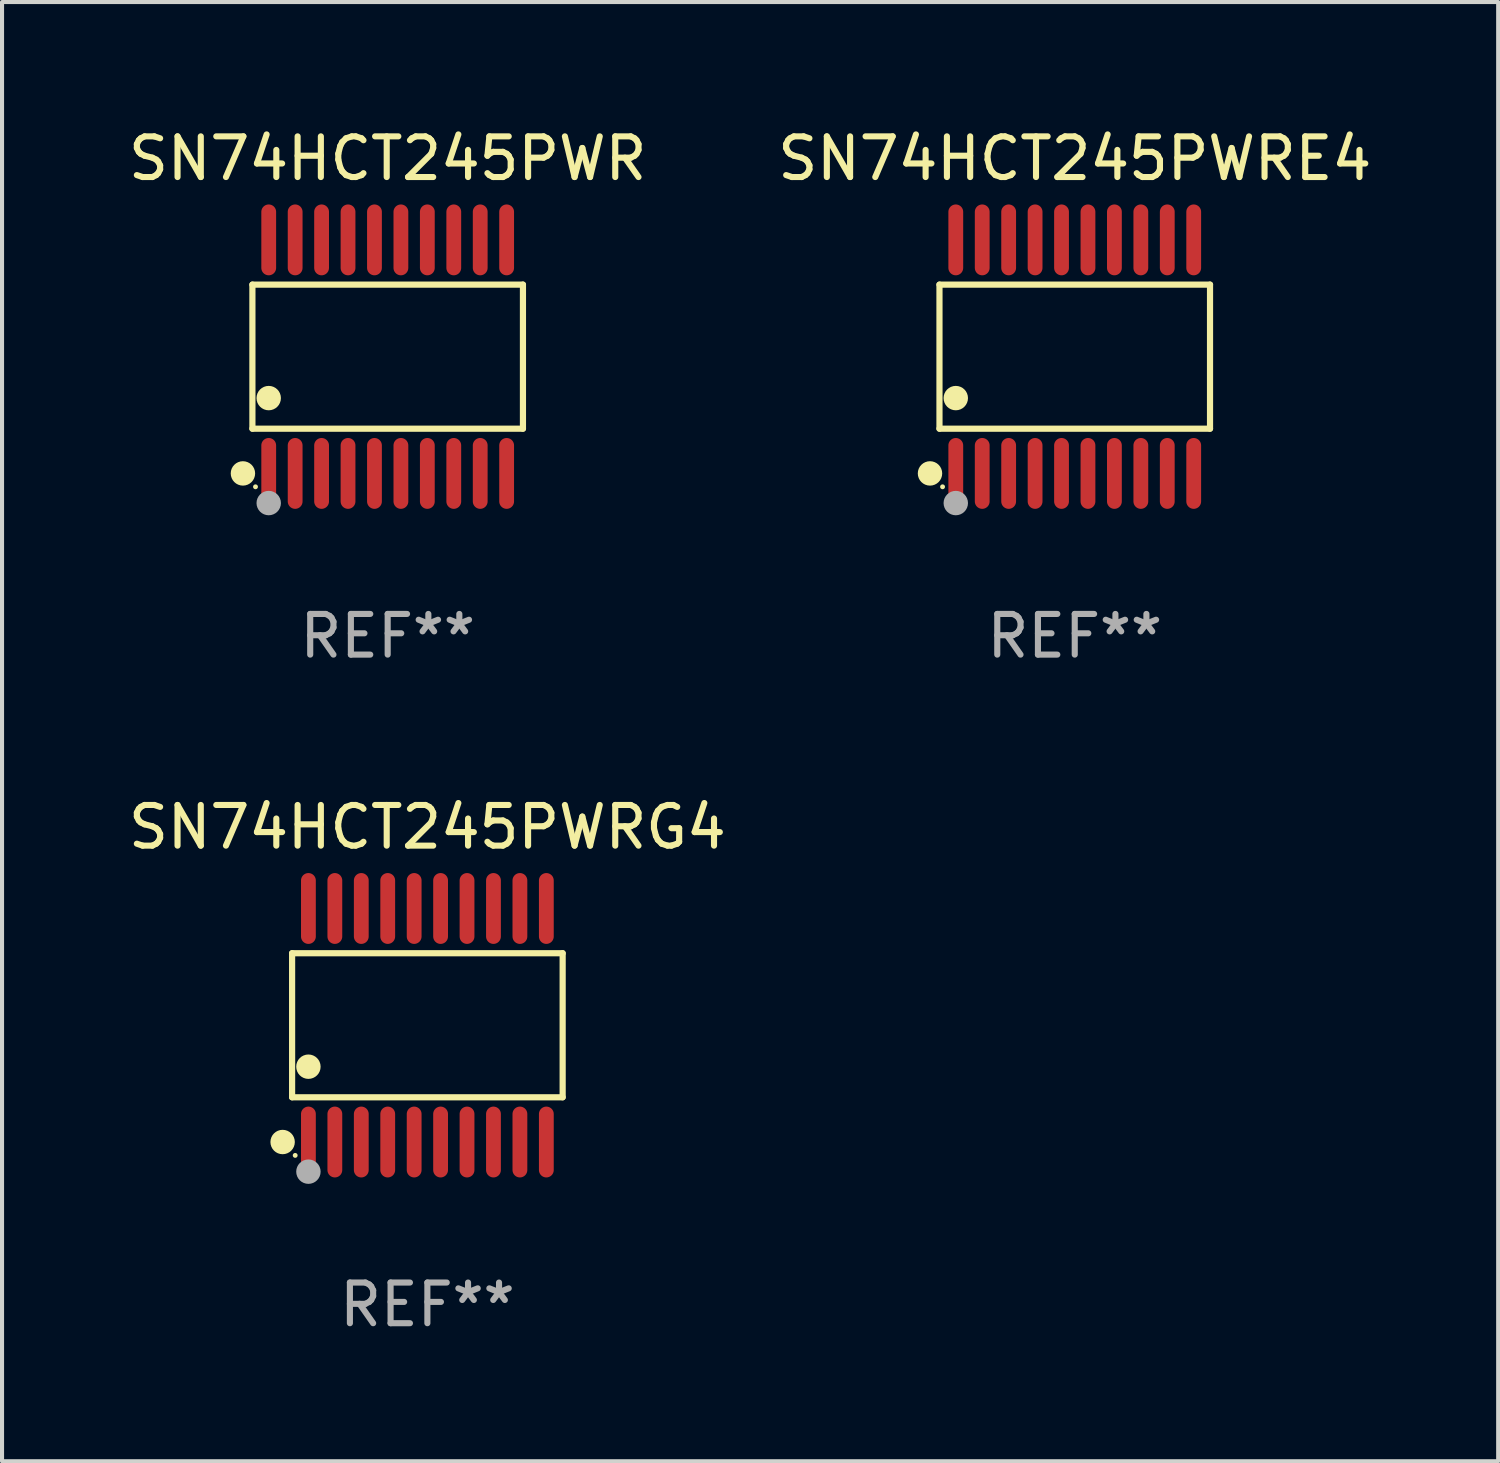
<source format=kicad_pcb>
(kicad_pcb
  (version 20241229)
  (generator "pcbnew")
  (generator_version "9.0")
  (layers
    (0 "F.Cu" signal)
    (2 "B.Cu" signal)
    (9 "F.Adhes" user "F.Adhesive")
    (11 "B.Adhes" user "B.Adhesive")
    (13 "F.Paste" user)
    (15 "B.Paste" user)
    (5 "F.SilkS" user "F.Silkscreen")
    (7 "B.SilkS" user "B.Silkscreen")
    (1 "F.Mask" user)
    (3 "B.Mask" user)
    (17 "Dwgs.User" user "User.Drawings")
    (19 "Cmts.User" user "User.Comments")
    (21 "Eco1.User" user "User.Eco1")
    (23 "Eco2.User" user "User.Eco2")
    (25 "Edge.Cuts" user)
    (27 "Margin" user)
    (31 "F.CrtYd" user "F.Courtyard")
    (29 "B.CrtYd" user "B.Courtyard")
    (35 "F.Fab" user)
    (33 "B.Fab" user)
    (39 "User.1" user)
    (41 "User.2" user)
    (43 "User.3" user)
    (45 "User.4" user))
  (footprint "SN74HCT245PWR"
    (layer "F.Cu")
    (at 6.482 5.719)
    (property "Reference" "SN74HCT245PWR" (at 0 -4.871 0) (layer "F.SilkS") (effects (font (size 1 1) (thickness 0.15))))
    (attr through_hole)
    (fp_line (start -3.326 -1.771) (end 3.326 -1.771) (stroke (width 0.152) (type solid)) (layer "F.SilkS"))
    (fp_line (start -3.326 1.771) (end -3.326 -1.771) (stroke (width 0.152) (type solid)) (layer "F.SilkS"))
    (fp_line (start 3.326 -1.771) (end 3.326 1.771) (stroke (width 0.152) (type solid)) (layer "F.SilkS"))
    (fp_line (start 3.326 1.771) (end -3.326 1.771) (stroke (width 0.152) (type solid)) (layer "F.SilkS"))
    (fp_circle (center -3.559 2.871) (end -3.409 2.871) (stroke (width 0.3) (type solid)) (fill no) (layer "F.SilkS"))
    (fp_circle (center -3.25 3.2) (end -3.22 3.2) (stroke (width 0.06) (type solid)) (fill no) (layer "F.SilkS"))
    (fp_circle (center -2.925 1.019) (end -2.775 1.019) (stroke (width 0.3) (type solid)) (fill no) (layer "F.SilkS"))
    (fp_circle (center -2.925 3.6) (end -2.775 3.6) (stroke (width 0.3) (type solid)) (fill no) (layer "F.Fab"))
    (fp_text user "REF**" (at 0 6.871 0) (layer "F.Fab") (effects (font (size 1 1) (thickness 0.15))))
    (pad "1" smd oval (at -2.925 2.871) (size 0.364 1.742) (layers "F.Cu" "F.Mask" "F.Paste"))
    (pad "2" smd oval (at -2.275 2.871) (size 0.364 1.742) (layers "F.Cu" "F.Mask" "F.Paste"))
    (pad "3" smd oval (at -1.625 2.871) (size 0.364 1.742) (layers "F.Cu" "F.Mask" "F.Paste"))
    (pad "4" smd oval (at -0.975 2.871) (size 0.364 1.742) (layers "F.Cu" "F.Mask" "F.Paste"))
    (pad "5" smd oval (at -0.325 2.871) (size 0.364 1.742) (layers "F.Cu" "F.Mask" "F.Paste"))
    (pad "6" smd oval (at 0.325 2.871) (size 0.364 1.742) (layers "F.Cu" "F.Mask" "F.Paste"))
    (pad "7" smd oval (at 0.975 2.871) (size 0.364 1.742) (layers "F.Cu" "F.Mask" "F.Paste"))
    (pad "8" smd oval (at 1.625 2.871) (size 0.364 1.742) (layers "F.Cu" "F.Mask" "F.Paste"))
    (pad "9" smd oval (at 2.275 2.871) (size 0.364 1.742) (layers "F.Cu" "F.Mask" "F.Paste"))
    (pad "10" smd oval (at 2.925 2.871) (size 0.364 1.742) (layers "F.Cu" "F.Mask" "F.Paste"))
    (pad "11" smd oval (at 2.925 -2.871) (size 0.364 1.742) (layers "F.Cu" "F.Mask" "F.Paste"))
    (pad "12" smd oval (at 2.275 -2.871) (size 0.364 1.742) (layers "F.Cu" "F.Mask" "F.Paste"))
    (pad "13" smd oval (at 1.625 -2.871) (size 0.364 1.742) (layers "F.Cu" "F.Mask" "F.Paste"))
    (pad "14" smd oval (at 0.975 -2.871) (size 0.364 1.742) (layers "F.Cu" "F.Mask" "F.Paste"))
    (pad "15" smd oval (at 0.325 -2.871) (size 0.364 1.742) (layers "F.Cu" "F.Mask" "F.Paste"))
    (pad "16" smd oval (at -0.325 -2.871) (size 0.364 1.742) (layers "F.Cu" "F.Mask" "F.Paste"))
    (pad "17" smd oval (at -0.975 -2.871) (size 0.364 1.742) (layers "F.Cu" "F.Mask" "F.Paste"))
    (pad "18" smd oval (at -1.625 -2.871) (size 0.364 1.742) (layers "F.Cu" "F.Mask" "F.Paste"))
    (pad "19" smd oval (at -2.275 -2.871) (size 0.364 1.742) (layers "F.Cu" "F.Mask" "F.Paste"))
    (pad "20" smd oval (at -2.925 -2.871) (size 0.364 1.742) (layers "F.Cu" "F.Mask" "F.Paste")))
  (footprint "SN74HCT245PWRG4"
    (layer "F.Cu")
    (at 7.458 22.158)
    (property "Reference" "SN74HCT245PWRG4" (at 0 -4.871 0) (layer "F.SilkS") (effects (font (size 1 1) (thickness 0.15))))
    (attr through_hole)
    (fp_line (start -3.326 -1.771) (end 3.326 -1.771) (stroke (width 0.152) (type solid)) (layer "F.SilkS"))
    (fp_line (start -3.326 1.771) (end -3.326 -1.771) (stroke (width 0.152) (type solid)) (layer "F.SilkS"))
    (fp_line (start 3.326 -1.771) (end 3.326 1.771) (stroke (width 0.152) (type solid)) (layer "F.SilkS"))
    (fp_line (start 3.326 1.771) (end -3.326 1.771) (stroke (width 0.152) (type solid)) (layer "F.SilkS"))
    (fp_circle (center -3.559 2.871) (end -3.409 2.871) (stroke (width 0.3) (type solid)) (fill no) (layer "F.SilkS"))
    (fp_circle (center -3.25 3.2) (end -3.22 3.2) (stroke (width 0.06) (type solid)) (fill no) (layer "F.SilkS"))
    (fp_circle (center -2.925 1.019) (end -2.775 1.019) (stroke (width 0.3) (type solid)) (fill no) (layer "F.SilkS"))
    (fp_circle (center -2.925 3.6) (end -2.775 3.6) (stroke (width 0.3) (type solid)) (fill no) (layer "F.Fab"))
    (fp_text user "REF**" (at 0 6.871 0) (layer "F.Fab") (effects (font (size 1 1) (thickness 0.15))))
    (pad "1" smd oval (at -2.925 2.871) (size 0.364 1.742) (layers "F.Cu" "F.Mask" "F.Paste"))
    (pad "2" smd oval (at -2.275 2.871) (size 0.364 1.742) (layers "F.Cu" "F.Mask" "F.Paste"))
    (pad "3" smd oval (at -1.625 2.871) (size 0.364 1.742) (layers "F.Cu" "F.Mask" "F.Paste"))
    (pad "4" smd oval (at -0.975 2.871) (size 0.364 1.742) (layers "F.Cu" "F.Mask" "F.Paste"))
    (pad "5" smd oval (at -0.325 2.871) (size 0.364 1.742) (layers "F.Cu" "F.Mask" "F.Paste"))
    (pad "6" smd oval (at 0.325 2.871) (size 0.364 1.742) (layers "F.Cu" "F.Mask" "F.Paste"))
    (pad "7" smd oval (at 0.975 2.871) (size 0.364 1.742) (layers "F.Cu" "F.Mask" "F.Paste"))
    (pad "8" smd oval (at 1.625 2.871) (size 0.364 1.742) (layers "F.Cu" "F.Mask" "F.Paste"))
    (pad "9" smd oval (at 2.275 2.871) (size 0.364 1.742) (layers "F.Cu" "F.Mask" "F.Paste"))
    (pad "10" smd oval (at 2.925 2.871) (size 0.364 1.742) (layers "F.Cu" "F.Mask" "F.Paste"))
    (pad "11" smd oval (at 2.925 -2.871) (size 0.364 1.742) (layers "F.Cu" "F.Mask" "F.Paste"))
    (pad "12" smd oval (at 2.275 -2.871) (size 0.364 1.742) (layers "F.Cu" "F.Mask" "F.Paste"))
    (pad "13" smd oval (at 1.625 -2.871) (size 0.364 1.742) (layers "F.Cu" "F.Mask" "F.Paste"))
    (pad "14" smd oval (at 0.975 -2.871) (size 0.364 1.742) (layers "F.Cu" "F.Mask" "F.Paste"))
    (pad "15" smd oval (at 0.325 -2.871) (size 0.364 1.742) (layers "F.Cu" "F.Mask" "F.Paste"))
    (pad "16" smd oval (at -0.325 -2.871) (size 0.364 1.742) (layers "F.Cu" "F.Mask" "F.Paste"))
    (pad "17" smd oval (at -0.975 -2.871) (size 0.364 1.742) (layers "F.Cu" "F.Mask" "F.Paste"))
    (pad "18" smd oval (at -1.625 -2.871) (size 0.364 1.742) (layers "F.Cu" "F.Mask" "F.Paste"))
    (pad "19" smd oval (at -2.275 -2.871) (size 0.364 1.742) (layers "F.Cu" "F.Mask" "F.Paste"))
    (pad "20" smd oval (at -2.925 -2.871) (size 0.364 1.742) (layers "F.Cu" "F.Mask" "F.Paste")))
  (footprint "SN74HCT245PWRE4"
    (layer "F.Cu")
    (at 23.375 5.719)
    (property "Reference" "SN74HCT245PWRE4" (at 0 -4.871 0) (layer "F.SilkS") (effects (font (size 1 1) (thickness 0.15))))
    (attr through_hole)
    (fp_line (start -3.326 -1.771) (end 3.326 -1.771) (stroke (width 0.152) (type solid)) (layer "F.SilkS"))
    (fp_line (start -3.326 1.771) (end -3.326 -1.771) (stroke (width 0.152) (type solid)) (layer "F.SilkS"))
    (fp_line (start 3.326 -1.771) (end 3.326 1.771) (stroke (width 0.152) (type solid)) (layer "F.SilkS"))
    (fp_line (start 3.326 1.771) (end -3.326 1.771) (stroke (width 0.152) (type solid)) (layer "F.SilkS"))
    (fp_circle (center -3.559 2.871) (end -3.409 2.871) (stroke (width 0.3) (type solid)) (fill no) (layer "F.SilkS"))
    (fp_circle (center -3.25 3.2) (end -3.22 3.2) (stroke (width 0.06) (type solid)) (fill no) (layer "F.SilkS"))
    (fp_circle (center -2.925 1.019) (end -2.775 1.019) (stroke (width 0.3) (type solid)) (fill no) (layer "F.SilkS"))
    (fp_circle (center -2.925 3.6) (end -2.775 3.6) (stroke (width 0.3) (type solid)) (fill no) (layer "F.Fab"))
    (fp_text user "REF**" (at 0 6.871 0) (layer "F.Fab") (effects (font (size 1 1) (thickness 0.15))))
    (pad "1" smd oval (at -2.925 2.871) (size 0.364 1.742) (layers "F.Cu" "F.Mask" "F.Paste"))
    (pad "2" smd oval (at -2.275 2.871) (size 0.364 1.742) (layers "F.Cu" "F.Mask" "F.Paste"))
    (pad "3" smd oval (at -1.625 2.871) (size 0.364 1.742) (layers "F.Cu" "F.Mask" "F.Paste"))
    (pad "4" smd oval (at -0.975 2.871) (size 0.364 1.742) (layers "F.Cu" "F.Mask" "F.Paste"))
    (pad "5" smd oval (at -0.325 2.871) (size 0.364 1.742) (layers "F.Cu" "F.Mask" "F.Paste"))
    (pad "6" smd oval (at 0.325 2.871) (size 0.364 1.742) (layers "F.Cu" "F.Mask" "F.Paste"))
    (pad "7" smd oval (at 0.975 2.871) (size 0.364 1.742) (layers "F.Cu" "F.Mask" "F.Paste"))
    (pad "8" smd oval (at 1.625 2.871) (size 0.364 1.742) (layers "F.Cu" "F.Mask" "F.Paste"))
    (pad "9" smd oval (at 2.275 2.871) (size 0.364 1.742) (layers "F.Cu" "F.Mask" "F.Paste"))
    (pad "10" smd oval (at 2.925 2.871) (size 0.364 1.742) (layers "F.Cu" "F.Mask" "F.Paste"))
    (pad "11" smd oval (at 2.925 -2.871) (size 0.364 1.742) (layers "F.Cu" "F.Mask" "F.Paste"))
    (pad "12" smd oval (at 2.275 -2.871) (size 0.364 1.742) (layers "F.Cu" "F.Mask" "F.Paste"))
    (pad "13" smd oval (at 1.625 -2.871) (size 0.364 1.742) (layers "F.Cu" "F.Mask" "F.Paste"))
    (pad "14" smd oval (at 0.975 -2.871) (size 0.364 1.742) (layers "F.Cu" "F.Mask" "F.Paste"))
    (pad "15" smd oval (at 0.325 -2.871) (size 0.364 1.742) (layers "F.Cu" "F.Mask" "F.Paste"))
    (pad "16" smd oval (at -0.325 -2.871) (size 0.364 1.742) (layers "F.Cu" "F.Mask" "F.Paste"))
    (pad "17" smd oval (at -0.975 -2.871) (size 0.364 1.742) (layers "F.Cu" "F.Mask" "F.Paste"))
    (pad "18" smd oval (at -1.625 -2.871) (size 0.364 1.742) (layers "F.Cu" "F.Mask" "F.Paste"))
    (pad "19" smd oval (at -2.275 -2.871) (size 0.364 1.742) (layers "F.Cu" "F.Mask" "F.Paste"))
    (pad "20" smd oval (at -2.925 -2.871) (size 0.364 1.742) (layers "F.Cu" "F.Mask" "F.Paste")))
  (gr_rect
    (start -3 -3)
    (end 33.786 32.877)
    (stroke (width 0.1) (type default))
    (fill no)
    (layer "Edge.Cuts")))
</source>
